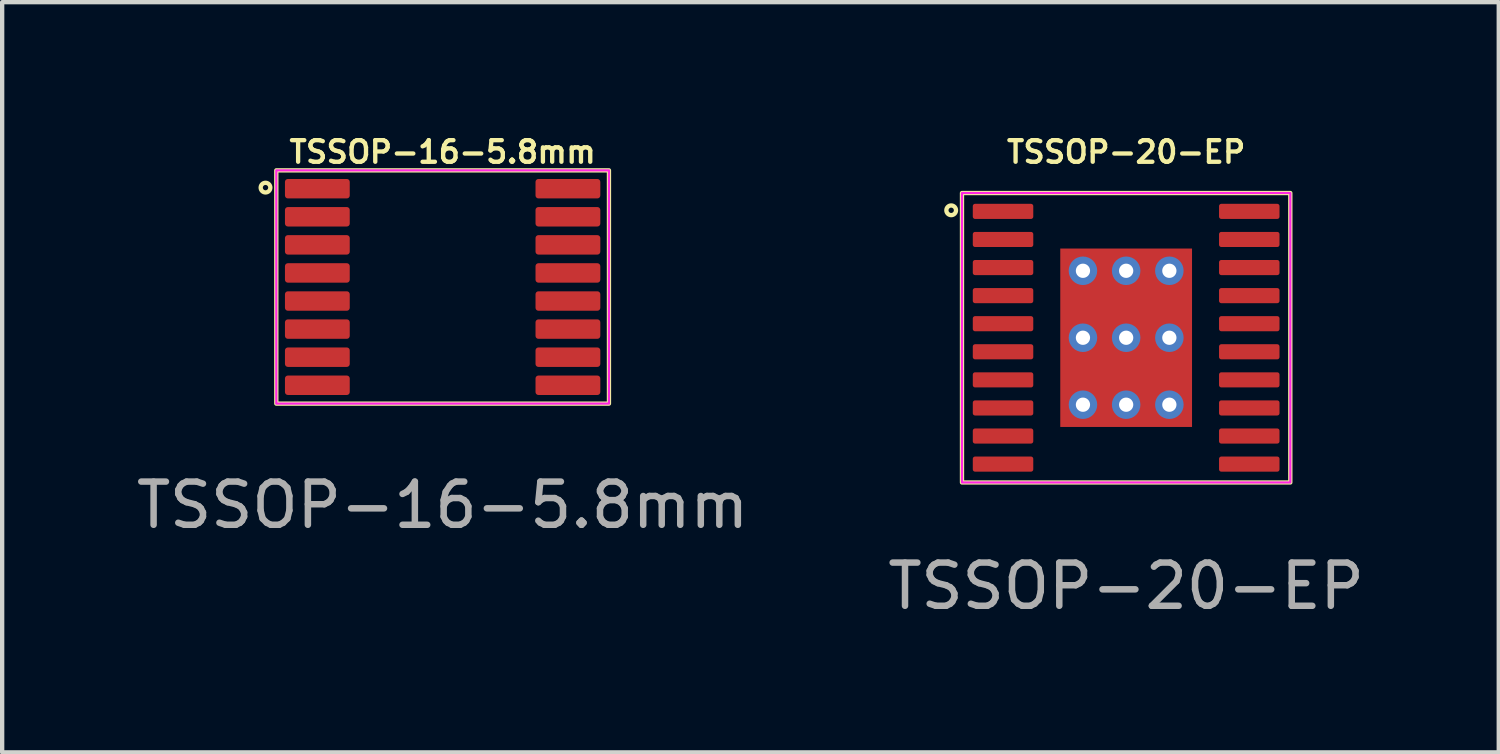
<source format=kicad_pcb>
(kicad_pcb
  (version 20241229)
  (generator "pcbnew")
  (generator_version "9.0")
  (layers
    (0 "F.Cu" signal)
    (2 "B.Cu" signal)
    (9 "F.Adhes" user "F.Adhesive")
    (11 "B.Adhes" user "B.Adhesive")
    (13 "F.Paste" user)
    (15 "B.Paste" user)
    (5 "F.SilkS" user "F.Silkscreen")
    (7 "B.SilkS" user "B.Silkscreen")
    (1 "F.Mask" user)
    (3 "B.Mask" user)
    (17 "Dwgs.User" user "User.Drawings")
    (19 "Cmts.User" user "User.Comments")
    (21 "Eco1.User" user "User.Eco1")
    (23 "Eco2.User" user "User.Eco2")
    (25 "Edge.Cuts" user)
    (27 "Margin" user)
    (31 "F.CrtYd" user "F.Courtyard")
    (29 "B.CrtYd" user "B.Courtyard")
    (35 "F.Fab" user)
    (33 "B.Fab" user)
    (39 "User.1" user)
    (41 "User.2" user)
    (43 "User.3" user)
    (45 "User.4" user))
  (footprint "TSSOP-16-5.8mm"
    (layer "F.Cu")
    (at 7.196 3.593)
    (property "Reference" "TSSOP-16-5.8mm" (at 0 -3.125 0) (unlocked yes) (layer "F.SilkS") (effects (font (size 0.5 0.5) (thickness 0.1))))
    (attr smd)
    (fp_rect (start -3.85 -2.7) (end 3.85 2.7) (stroke (width 0.1) (type default)) (fill no) (layer "F.SilkS"))
    (fp_circle (center -4.1 -2.3) (end -4 -2.25) (stroke (width 0.1) (type default)) (fill no) (layer "F.SilkS"))
    (fp_rect (start -3.85 -2.7) (end 3.85 2.7) (stroke (width 0.05) (type default)) (fill no) (layer "F.CrtYd"))
    (fp_text user "${REFERENCE}" (at 0 5.05 0) (unlocked yes) (layer "F.Fab") (effects (font (size 1 1) (thickness 0.15))))
    (pad "1" smd roundrect (at -2.9 -2.275) (size 1.5 0.45) (layers "F.Cu" "F.Mask" "F.Paste") (roundrect_rratio 0.15))
    (pad "2" smd roundrect (at -2.9 -1.625) (size 1.5 0.45) (layers "F.Cu" "F.Mask" "F.Paste") (roundrect_rratio 0.15))
    (pad "3" smd roundrect (at -2.9 -0.975) (size 1.5 0.45) (layers "F.Cu" "F.Mask" "F.Paste") (roundrect_rratio 0.15))
    (pad "4" smd roundrect (at -2.9 -0.325) (size 1.5 0.45) (layers "F.Cu" "F.Mask" "F.Paste") (roundrect_rratio 0.15))
    (pad "5" smd roundrect (at -2.9 0.325) (size 1.5 0.45) (layers "F.Cu" "F.Mask" "F.Paste") (roundrect_rratio 0.15))
    (pad "6" smd roundrect (at -2.9 0.975) (size 1.5 0.45) (layers "F.Cu" "F.Mask" "F.Paste") (roundrect_rratio 0.15))
    (pad "7" smd roundrect (at -2.9 1.625) (size 1.5 0.45) (layers "F.Cu" "F.Mask" "F.Paste") (roundrect_rratio 0.15))
    (pad "8" smd roundrect (at -2.9 2.275) (size 1.5 0.45) (layers "F.Cu" "F.Mask" "F.Paste") (roundrect_rratio 0.15))
    (pad "9" smd roundrect (at 2.9 2.275) (size 1.5 0.45) (layers "F.Cu" "F.Mask" "F.Paste") (roundrect_rratio 0.15))
    (pad "10" smd roundrect (at 2.9 1.625) (size 1.5 0.45) (layers "F.Cu" "F.Mask" "F.Paste") (roundrect_rratio 0.15))
    (pad "11" smd roundrect (at 2.9 0.975) (size 1.5 0.45) (layers "F.Cu" "F.Mask" "F.Paste") (roundrect_rratio 0.15))
    (pad "12" smd roundrect (at 2.9 0.325) (size 1.5 0.45) (layers "F.Cu" "F.Mask" "F.Paste") (roundrect_rratio 0.15))
    (pad "13" smd roundrect (at 2.9 -0.325) (size 1.5 0.45) (layers "F.Cu" "F.Mask" "F.Paste") (roundrect_rratio 0.15))
    (pad "14" smd roundrect (at 2.9 -0.975) (size 1.5 0.45) (layers "F.Cu" "F.Mask" "F.Paste") (roundrect_rratio 0.15))
    (pad "15" smd roundrect (at 2.9 -1.625) (size 1.5 0.45) (layers "F.Cu" "F.Mask" "F.Paste") (roundrect_rratio 0.15))
    (pad "16" smd roundrect (at 2.9 -2.275) (size 1.5 0.45) (layers "F.Cu" "F.Mask" "F.Paste") (roundrect_rratio 0.15)))
  (footprint "TSSOP-20-EP"
    (layer "F.Cu")
    (at 23.018 4.768)
    (property "Reference" "TSSOP-20-EP" (at 0 -4.3 0) (unlocked yes) (layer "F.SilkS") (effects (font (size 0.5 0.5) (thickness 0.1))))
    (attr smd)
    (fp_rect (start -3.8 -3.35) (end 3.8 3.35) (stroke (width 0.1) (type default)) (fill no) (layer "F.SilkS"))
    (fp_circle (center -4.05 -2.95) (end -3.95 -2.9) (stroke (width 0.1) (type default)) (fill no) (layer "F.SilkS"))
    (fp_rect (start -3.8 -3.35) (end 3.8 3.35) (stroke (width 0.05) (type default)) (fill no) (layer "F.CrtYd"))
    (fp_text user "${REFERENCE}" (at 0 5.75 0) (unlocked yes) (layer "F.Fab") (effects (font (size 1 1) (thickness 0.15))))
    (pad "1" smd roundrect (at -2.85 -2.925) (size 1.4 0.35) (layers "F.Cu" "F.Mask" "F.Paste") (roundrect_rratio 0.15))
    (pad "2" smd roundrect (at -2.85 -2.275) (size 1.4 0.35) (layers "F.Cu" "F.Mask" "F.Paste") (roundrect_rratio 0.15))
    (pad "3" smd roundrect (at -2.85 -1.625) (size 1.4 0.35) (layers "F.Cu" "F.Mask" "F.Paste") (roundrect_rratio 0.15))
    (pad "4" smd roundrect (at -2.85 -0.975) (size 1.4 0.35) (layers "F.Cu" "F.Mask" "F.Paste") (roundrect_rratio 0.15))
    (pad "5" smd roundrect (at -2.85 -0.325) (size 1.4 0.35) (layers "F.Cu" "F.Mask" "F.Paste") (roundrect_rratio 0.15))
    (pad "6" smd roundrect (at -2.85 0.325) (size 1.4 0.35) (layers "F.Cu" "F.Mask" "F.Paste") (roundrect_rratio 0.15))
    (pad "7" smd roundrect (at -2.85 0.975) (size 1.4 0.35) (layers "F.Cu" "F.Mask" "F.Paste") (roundrect_rratio 0.15))
    (pad "8" smd roundrect (at -2.85 1.625) (size 1.4 0.35) (layers "F.Cu" "F.Mask" "F.Paste") (roundrect_rratio 0.15))
    (pad "9" smd roundrect (at -2.85 2.275) (size 1.4 0.35) (layers "F.Cu" "F.Mask" "F.Paste") (roundrect_rratio 0.15))
    (pad "10" smd roundrect (at -2.85 2.925) (size 1.4 0.35) (layers "F.Cu" "F.Mask" "F.Paste") (roundrect_rratio 0.15))
    (pad "11" smd roundrect (at 2.85 2.925) (size 1.4 0.35) (layers "F.Cu" "F.Mask" "F.Paste") (roundrect_rratio 0.15))
    (pad "12" smd roundrect (at 2.85 2.275) (size 1.4 0.35) (layers "F.Cu" "F.Mask" "F.Paste") (roundrect_rratio 0.15))
    (pad "13" smd roundrect (at 2.85 1.625) (size 1.4 0.35) (layers "F.Cu" "F.Mask" "F.Paste") (roundrect_rratio 0.15))
    (pad "14" smd roundrect (at 2.85 0.975) (size 1.4 0.35) (layers "F.Cu" "F.Mask" "F.Paste") (roundrect_rratio 0.15))
    (pad "15" smd roundrect (at 2.85 0.325) (size 1.4 0.35) (layers "F.Cu" "F.Mask" "F.Paste") (roundrect_rratio 0.15))
    (pad "16" smd roundrect (at 2.85 -0.325) (size 1.4 0.35) (layers "F.Cu" "F.Mask" "F.Paste") (roundrect_rratio 0.15))
    (pad "17" smd roundrect (at 2.85 -0.975) (size 1.4 0.35) (layers "F.Cu" "F.Mask" "F.Paste") (roundrect_rratio 0.15))
    (pad "18" smd roundrect (at 2.85 -1.625) (size 1.4 0.35) (layers "F.Cu" "F.Mask" "F.Paste") (roundrect_rratio 0.15))
    (pad "19" smd roundrect (at 2.85 -2.275) (size 1.4 0.35) (layers "F.Cu" "F.Mask" "F.Paste") (roundrect_rratio 0.15))
    (pad "20" smd roundrect (at 2.85 -2.925) (size 1.4 0.35) (layers "F.Cu" "F.Mask" "F.Paste") (roundrect_rratio 0.15))
    (pad "21" thru_hole circle (at -1 -1.55 90) (size 0.66 0.66) (drill 0.33) (layers "*.Cu"))
    (pad "21" thru_hole circle (at -1 0 90) (size 0.66 0.66) (drill 0.33) (layers "*.Cu"))
    (pad "21" thru_hole circle (at -1 1.55 90) (size 0.66 0.66) (drill 0.33) (layers "*.Cu"))
    (pad "21" thru_hole circle (at 0 -1.55 90) (size 0.66 0.66) (drill 0.33) (layers "*.Cu"))
    (pad "21" thru_hole circle (at 0 0 90) (size 0.66 0.66) (drill 0.33) (layers "*.Cu"))
    (pad "21" smd rect (at 0 0) (size 3.05 4.13) (layers "F.Cu" "F.Mask" "F.Paste"))
    (pad "21" thru_hole circle (at 0 1.55 90) (size 0.66 0.66) (drill 0.33) (layers "*.Cu"))
    (pad "21" thru_hole circle (at 1 -1.55 90) (size 0.66 0.66) (drill 0.33) (layers "*.Cu"))
    (pad "21" thru_hole circle (at 1 0 90) (size 0.66 0.66) (drill 0.33) (layers "*.Cu"))
    (pad "21" thru_hole circle (at 1 1.55 90) (size 0.66 0.66) (drill 0.33) (layers "*.Cu")))
  (gr_rect
    (start -3 -3)
    (end 31.643 14.366)
    (stroke (width 0.1) (type default))
    (fill no)
    (layer "Edge.Cuts")))
</source>
